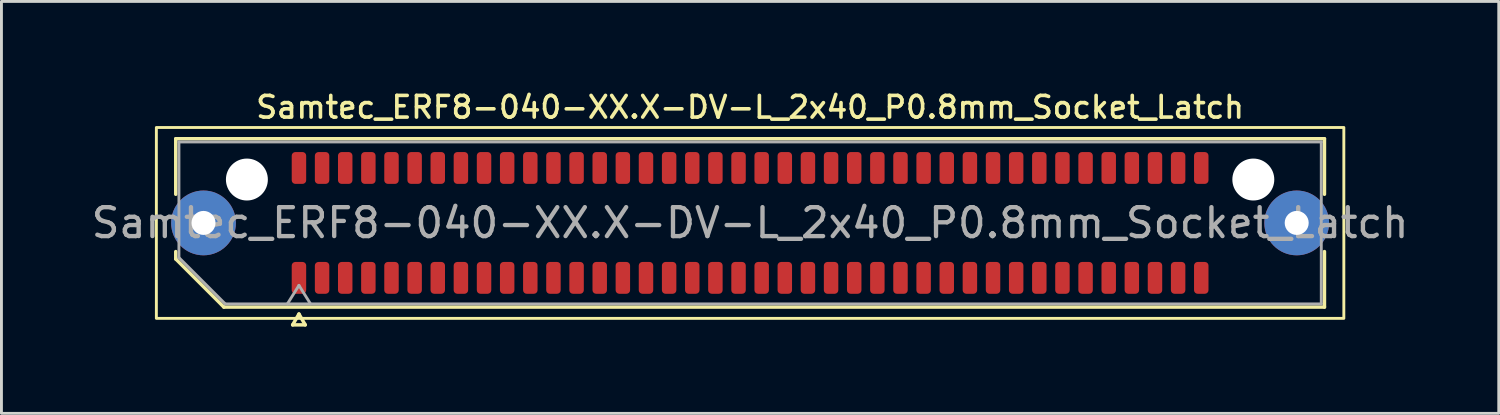
<source format=kicad_pcb>
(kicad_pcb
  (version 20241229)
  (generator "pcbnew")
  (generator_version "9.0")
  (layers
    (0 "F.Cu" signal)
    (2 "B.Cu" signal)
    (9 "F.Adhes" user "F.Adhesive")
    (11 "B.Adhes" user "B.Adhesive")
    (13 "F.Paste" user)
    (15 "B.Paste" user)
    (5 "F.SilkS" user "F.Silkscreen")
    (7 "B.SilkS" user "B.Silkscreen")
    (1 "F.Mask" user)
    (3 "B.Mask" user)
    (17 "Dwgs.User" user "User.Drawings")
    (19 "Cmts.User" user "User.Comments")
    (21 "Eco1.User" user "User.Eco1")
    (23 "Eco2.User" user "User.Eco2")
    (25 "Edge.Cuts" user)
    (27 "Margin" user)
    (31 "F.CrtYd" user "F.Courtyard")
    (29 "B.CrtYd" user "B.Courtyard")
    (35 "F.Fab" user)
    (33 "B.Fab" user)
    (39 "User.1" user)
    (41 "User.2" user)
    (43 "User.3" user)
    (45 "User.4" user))
  (footprint "Samtec_ERF8-040-XX.X-DV-L_2x40_P0.8mm_Socket_Latch"
    (layer "F.Cu")
    (at 22.887 4.658)
    (property "Reference" "Samtec_ERF8-040-XX.X-DV-L_2x40_P0.8mm_Socket_Latch" (at 0 -4 0) (layer "F.SilkS") (effects (font (size 0.75 0.75) (thickness 0.125))))
    (attr smd)
    (fp_line (start -19.86 -2.91) (end 19.86 -2.91) (stroke (width 0.12) (type solid)) (layer "F.SilkS"))
    (fp_line (start -19.86 -0.991) (end -19.86 -2.91) (stroke (width 0.12) (type solid)) (layer "F.SilkS"))
    (fp_line (start -19.86 1.246) (end -19.86 0.991) (stroke (width 0.12) (type solid)) (layer "F.SilkS"))
    (fp_line (start -18.196 2.91) (end -19.86 1.246) (stroke (width 0.12) (type solid)) (layer "F.SilkS"))
    (fp_line (start -15.817 3.525) (end -15.6 3.15) (stroke (width 0.12) (type solid)) (layer "F.SilkS"))
    (fp_line (start -15.6 3.15) (end -15.383 3.525) (stroke (width 0.12) (type solid)) (layer "F.SilkS"))
    (fp_line (start -15.383 3.525) (end -15.817 3.525) (stroke (width 0.12) (type solid)) (layer "F.SilkS"))
    (fp_line (start 19.86 -2.91) (end 19.86 -0.991) (stroke (width 0.12) (type solid)) (layer "F.SilkS"))
    (fp_line (start 19.86 0.991) (end 19.86 2.91) (stroke (width 0.12) (type solid)) (layer "F.SilkS"))
    (fp_line (start 19.86 2.91) (end -18.196 2.91) (stroke (width 0.12) (type solid)) (layer "F.SilkS"))
    (fp_rect (start -20.53 -3.3) (end 20.53 3.3) (stroke (width 0.1) (type solid)) (fill no) (layer "F.SilkS"))
    (fp_line (start -19.75 -2.8) (end 19.75 -2.8) (stroke (width 0.1) (type solid)) (layer "F.Fab"))
    (fp_line (start -19.75 1.2) (end -19.75 -2.8) (stroke (width 0.1) (type solid)) (layer "F.Fab"))
    (fp_line (start -18.15 2.8) (end -19.75 1.2) (stroke (width 0.1) (type solid)) (layer "F.Fab"))
    (fp_line (start -16 2.8) (end -15.6 2.16) (stroke (width 0.1) (type solid)) (layer "F.Fab"))
    (fp_line (start -15.6 2.16) (end -15.2 2.8) (stroke (width 0.1) (type solid)) (layer "F.Fab"))
    (fp_line (start 19.75 -2.8) (end 19.75 2.8) (stroke (width 0.1) (type solid)) (layer "F.Fab"))
    (fp_line (start 19.75 2.8) (end -18.15 2.8) (stroke (width 0.1) (type solid)) (layer "F.Fab"))
    (fp_text user "${REFERENCE}" (at 0 0 0) (layer "F.Fab") (effects (font (size 1 1) (thickness 0.15))))
    (pad "" thru_hole circle (at -18.9 0) (size 2.24 2.24) (drill 0.83) (layers "*.Cu" "*.Mask" "F.Paste"))
    (pad "" np_thru_hole circle (at -17.4 -1.5) (size 1.45 1.45) (drill 1.45) (layers "*.Cu" "*.Mask"))
    (pad "" np_thru_hole circle (at 17.4 -1.5) (size 1.45 1.45) (drill 1.45) (layers "*.Cu" "*.Mask"))
    (pad "" thru_hole circle (at 18.9 0) (size 2.24 2.24) (drill 0.83) (layers "*.Cu" "*.Mask" "F.Paste"))
    (pad "1" smd roundrect (at -15.6 1.9) (size 0.5 1.1) (layers "F.Cu" "F.Mask" "F.Paste") (roundrect_rratio 0.25))
    (pad "2" smd roundrect (at -15.6 -1.9) (size 0.5 1.1) (layers "F.Cu" "F.Mask" "F.Paste") (roundrect_rratio 0.25))
    (pad "3" smd roundrect (at -14.8 1.9) (size 0.5 1.1) (layers "F.Cu" "F.Mask" "F.Paste") (roundrect_rratio 0.25))
    (pad "4" smd roundrect (at -14.8 -1.9) (size 0.5 1.1) (layers "F.Cu" "F.Mask" "F.Paste") (roundrect_rratio 0.25))
    (pad "5" smd roundrect (at -14 1.9) (size 0.5 1.1) (layers "F.Cu" "F.Mask" "F.Paste") (roundrect_rratio 0.25))
    (pad "6" smd roundrect (at -14 -1.9) (size 0.5 1.1) (layers "F.Cu" "F.Mask" "F.Paste") (roundrect_rratio 0.25))
    (pad "7" smd roundrect (at -13.2 1.9) (size 0.5 1.1) (layers "F.Cu" "F.Mask" "F.Paste") (roundrect_rratio 0.25))
    (pad "8" smd roundrect (at -13.2 -1.9) (size 0.5 1.1) (layers "F.Cu" "F.Mask" "F.Paste") (roundrect_rratio 0.25))
    (pad "9" smd roundrect (at -12.4 1.9) (size 0.5 1.1) (layers "F.Cu" "F.Mask" "F.Paste") (roundrect_rratio 0.25))
    (pad "10" smd roundrect (at -12.4 -1.9) (size 0.5 1.1) (layers "F.Cu" "F.Mask" "F.Paste") (roundrect_rratio 0.25))
    (pad "11" smd roundrect (at -11.6 1.9) (size 0.5 1.1) (layers "F.Cu" "F.Mask" "F.Paste") (roundrect_rratio 0.25))
    (pad "12" smd roundrect (at -11.6 -1.9) (size 0.5 1.1) (layers "F.Cu" "F.Mask" "F.Paste") (roundrect_rratio 0.25))
    (pad "13" smd roundrect (at -10.8 1.9) (size 0.5 1.1) (layers "F.Cu" "F.Mask" "F.Paste") (roundrect_rratio 0.25))
    (pad "14" smd roundrect (at -10.8 -1.9) (size 0.5 1.1) (layers "F.Cu" "F.Mask" "F.Paste") (roundrect_rratio 0.25))
    (pad "15" smd roundrect (at -10 1.9) (size 0.5 1.1) (layers "F.Cu" "F.Mask" "F.Paste") (roundrect_rratio 0.25))
    (pad "16" smd roundrect (at -10 -1.9) (size 0.5 1.1) (layers "F.Cu" "F.Mask" "F.Paste") (roundrect_rratio 0.25))
    (pad "17" smd roundrect (at -9.2 1.9) (size 0.5 1.1) (layers "F.Cu" "F.Mask" "F.Paste") (roundrect_rratio 0.25))
    (pad "18" smd roundrect (at -9.2 -1.9) (size 0.5 1.1) (layers "F.Cu" "F.Mask" "F.Paste") (roundrect_rratio 0.25))
    (pad "19" smd roundrect (at -8.4 1.9) (size 0.5 1.1) (layers "F.Cu" "F.Mask" "F.Paste") (roundrect_rratio 0.25))
    (pad "20" smd roundrect (at -8.4 -1.9) (size 0.5 1.1) (layers "F.Cu" "F.Mask" "F.Paste") (roundrect_rratio 0.25))
    (pad "21" smd roundrect (at -7.6 1.9) (size 0.5 1.1) (layers "F.Cu" "F.Mask" "F.Paste") (roundrect_rratio 0.25))
    (pad "22" smd roundrect (at -7.6 -1.9) (size 0.5 1.1) (layers "F.Cu" "F.Mask" "F.Paste") (roundrect_rratio 0.25))
    (pad "23" smd roundrect (at -6.8 1.9) (size 0.5 1.1) (layers "F.Cu" "F.Mask" "F.Paste") (roundrect_rratio 0.25))
    (pad "24" smd roundrect (at -6.8 -1.9) (size 0.5 1.1) (layers "F.Cu" "F.Mask" "F.Paste") (roundrect_rratio 0.25))
    (pad "25" smd roundrect (at -6 1.9) (size 0.5 1.1) (layers "F.Cu" "F.Mask" "F.Paste") (roundrect_rratio 0.25))
    (pad "26" smd roundrect (at -6 -1.9) (size 0.5 1.1) (layers "F.Cu" "F.Mask" "F.Paste") (roundrect_rratio 0.25))
    (pad "27" smd roundrect (at -5.2 1.9) (size 0.5 1.1) (layers "F.Cu" "F.Mask" "F.Paste") (roundrect_rratio 0.25))
    (pad "28" smd roundrect (at -5.2 -1.9) (size 0.5 1.1) (layers "F.Cu" "F.Mask" "F.Paste") (roundrect_rratio 0.25))
    (pad "29" smd roundrect (at -4.4 1.9) (size 0.5 1.1) (layers "F.Cu" "F.Mask" "F.Paste") (roundrect_rratio 0.25))
    (pad "30" smd roundrect (at -4.4 -1.9) (size 0.5 1.1) (layers "F.Cu" "F.Mask" "F.Paste") (roundrect_rratio 0.25))
    (pad "31" smd roundrect (at -3.6 1.9) (size 0.5 1.1) (layers "F.Cu" "F.Mask" "F.Paste") (roundrect_rratio 0.25))
    (pad "32" smd roundrect (at -3.6 -1.9) (size 0.5 1.1) (layers "F.Cu" "F.Mask" "F.Paste") (roundrect_rratio 0.25))
    (pad "33" smd roundrect (at -2.8 1.9) (size 0.5 1.1) (layers "F.Cu" "F.Mask" "F.Paste") (roundrect_rratio 0.25))
    (pad "34" smd roundrect (at -2.8 -1.9) (size 0.5 1.1) (layers "F.Cu" "F.Mask" "F.Paste") (roundrect_rratio 0.25))
    (pad "35" smd roundrect (at -2 1.9) (size 0.5 1.1) (layers "F.Cu" "F.Mask" "F.Paste") (roundrect_rratio 0.25))
    (pad "36" smd roundrect (at -2 -1.9) (size 0.5 1.1) (layers "F.Cu" "F.Mask" "F.Paste") (roundrect_rratio 0.25))
    (pad "37" smd roundrect (at -1.2 1.9) (size 0.5 1.1) (layers "F.Cu" "F.Mask" "F.Paste") (roundrect_rratio 0.25))
    (pad "38" smd roundrect (at -1.2 -1.9) (size 0.5 1.1) (layers "F.Cu" "F.Mask" "F.Paste") (roundrect_rratio 0.25))
    (pad "39" smd roundrect (at -0.4 1.9) (size 0.5 1.1) (layers "F.Cu" "F.Mask" "F.Paste") (roundrect_rratio 0.25))
    (pad "40" smd roundrect (at -0.4 -1.9) (size 0.5 1.1) (layers "F.Cu" "F.Mask" "F.Paste") (roundrect_rratio 0.25))
    (pad "41" smd roundrect (at 0.4 1.9) (size 0.5 1.1) (layers "F.Cu" "F.Mask" "F.Paste") (roundrect_rratio 0.25))
    (pad "42" smd roundrect (at 0.4 -1.9) (size 0.5 1.1) (layers "F.Cu" "F.Mask" "F.Paste") (roundrect_rratio 0.25))
    (pad "43" smd roundrect (at 1.2 1.9) (size 0.5 1.1) (layers "F.Cu" "F.Mask" "F.Paste") (roundrect_rratio 0.25))
    (pad "44" smd roundrect (at 1.2 -1.9) (size 0.5 1.1) (layers "F.Cu" "F.Mask" "F.Paste") (roundrect_rratio 0.25))
    (pad "45" smd roundrect (at 2 1.9) (size 0.5 1.1) (layers "F.Cu" "F.Mask" "F.Paste") (roundrect_rratio 0.25))
    (pad "46" smd roundrect (at 2 -1.9) (size 0.5 1.1) (layers "F.Cu" "F.Mask" "F.Paste") (roundrect_rratio 0.25))
    (pad "47" smd roundrect (at 2.8 1.9) (size 0.5 1.1) (layers "F.Cu" "F.Mask" "F.Paste") (roundrect_rratio 0.25))
    (pad "48" smd roundrect (at 2.8 -1.9) (size 0.5 1.1) (layers "F.Cu" "F.Mask" "F.Paste") (roundrect_rratio 0.25))
    (pad "49" smd roundrect (at 3.6 1.9) (size 0.5 1.1) (layers "F.Cu" "F.Mask" "F.Paste") (roundrect_rratio 0.25))
    (pad "50" smd roundrect (at 3.6 -1.9) (size 0.5 1.1) (layers "F.Cu" "F.Mask" "F.Paste") (roundrect_rratio 0.25))
    (pad "51" smd roundrect (at 4.4 1.9) (size 0.5 1.1) (layers "F.Cu" "F.Mask" "F.Paste") (roundrect_rratio 0.25))
    (pad "52" smd roundrect (at 4.4 -1.9) (size 0.5 1.1) (layers "F.Cu" "F.Mask" "F.Paste") (roundrect_rratio 0.25))
    (pad "53" smd roundrect (at 5.2 1.9) (size 0.5 1.1) (layers "F.Cu" "F.Mask" "F.Paste") (roundrect_rratio 0.25))
    (pad "54" smd roundrect (at 5.2 -1.9) (size 0.5 1.1) (layers "F.Cu" "F.Mask" "F.Paste") (roundrect_rratio 0.25))
    (pad "55" smd roundrect (at 6 1.9) (size 0.5 1.1) (layers "F.Cu" "F.Mask" "F.Paste") (roundrect_rratio 0.25))
    (pad "56" smd roundrect (at 6 -1.9) (size 0.5 1.1) (layers "F.Cu" "F.Mask" "F.Paste") (roundrect_rratio 0.25))
    (pad "57" smd roundrect (at 6.8 1.9) (size 0.5 1.1) (layers "F.Cu" "F.Mask" "F.Paste") (roundrect_rratio 0.25))
    (pad "58" smd roundrect (at 6.8 -1.9) (size 0.5 1.1) (layers "F.Cu" "F.Mask" "F.Paste") (roundrect_rratio 0.25))
    (pad "59" smd roundrect (at 7.6 1.9) (size 0.5 1.1) (layers "F.Cu" "F.Mask" "F.Paste") (roundrect_rratio 0.25))
    (pad "60" smd roundrect (at 7.6 -1.9) (size 0.5 1.1) (layers "F.Cu" "F.Mask" "F.Paste") (roundrect_rratio 0.25))
    (pad "61" smd roundrect (at 8.4 1.9) (size 0.5 1.1) (layers "F.Cu" "F.Mask" "F.Paste") (roundrect_rratio 0.25))
    (pad "62" smd roundrect (at 8.4 -1.9) (size 0.5 1.1) (layers "F.Cu" "F.Mask" "F.Paste") (roundrect_rratio 0.25))
    (pad "63" smd roundrect (at 9.2 1.9) (size 0.5 1.1) (layers "F.Cu" "F.Mask" "F.Paste") (roundrect_rratio 0.25))
    (pad "64" smd roundrect (at 9.2 -1.9) (size 0.5 1.1) (layers "F.Cu" "F.Mask" "F.Paste") (roundrect_rratio 0.25))
    (pad "65" smd roundrect (at 10 1.9) (size 0.5 1.1) (layers "F.Cu" "F.Mask" "F.Paste") (roundrect_rratio 0.25))
    (pad "66" smd roundrect (at 10 -1.9) (size 0.5 1.1) (layers "F.Cu" "F.Mask" "F.Paste") (roundrect_rratio 0.25))
    (pad "67" smd roundrect (at 10.8 1.9) (size 0.5 1.1) (layers "F.Cu" "F.Mask" "F.Paste") (roundrect_rratio 0.25))
    (pad "68" smd roundrect (at 10.8 -1.9) (size 0.5 1.1) (layers "F.Cu" "F.Mask" "F.Paste") (roundrect_rratio 0.25))
    (pad "69" smd roundrect (at 11.6 1.9) (size 0.5 1.1) (layers "F.Cu" "F.Mask" "F.Paste") (roundrect_rratio 0.25))
    (pad "70" smd roundrect (at 11.6 -1.9) (size 0.5 1.1) (layers "F.Cu" "F.Mask" "F.Paste") (roundrect_rratio 0.25))
    (pad "71" smd roundrect (at 12.4 1.9) (size 0.5 1.1) (layers "F.Cu" "F.Mask" "F.Paste") (roundrect_rratio 0.25))
    (pad "72" smd roundrect (at 12.4 -1.9) (size 0.5 1.1) (layers "F.Cu" "F.Mask" "F.Paste") (roundrect_rratio 0.25))
    (pad "73" smd roundrect (at 13.2 1.9) (size 0.5 1.1) (layers "F.Cu" "F.Mask" "F.Paste") (roundrect_rratio 0.25))
    (pad "74" smd roundrect (at 13.2 -1.9) (size 0.5 1.1) (layers "F.Cu" "F.Mask" "F.Paste") (roundrect_rratio 0.25))
    (pad "75" smd roundrect (at 14 1.9) (size 0.5 1.1) (layers "F.Cu" "F.Mask" "F.Paste") (roundrect_rratio 0.25))
    (pad "76" smd roundrect (at 14 -1.9) (size 0.5 1.1) (layers "F.Cu" "F.Mask" "F.Paste") (roundrect_rratio 0.25))
    (pad "77" smd roundrect (at 14.8 1.9) (size 0.5 1.1) (layers "F.Cu" "F.Mask" "F.Paste") (roundrect_rratio 0.25))
    (pad "78" smd roundrect (at 14.8 -1.9) (size 0.5 1.1) (layers "F.Cu" "F.Mask" "F.Paste") (roundrect_rratio 0.25))
    (pad "79" smd roundrect (at 15.6 1.9) (size 0.5 1.1) (layers "F.Cu" "F.Mask" "F.Paste") (roundrect_rratio 0.25))
    (pad "80" smd roundrect (at 15.6 -1.9) (size 0.5 1.1) (layers "F.Cu" "F.Mask" "F.Paste") (roundrect_rratio 0.25)))
  (gr_rect
    (start -3 -3)
    (end 48.774 11.243)
    (stroke (width 0.1) (type default))
    (fill no)
    (layer "Edge.Cuts")))
</source>
